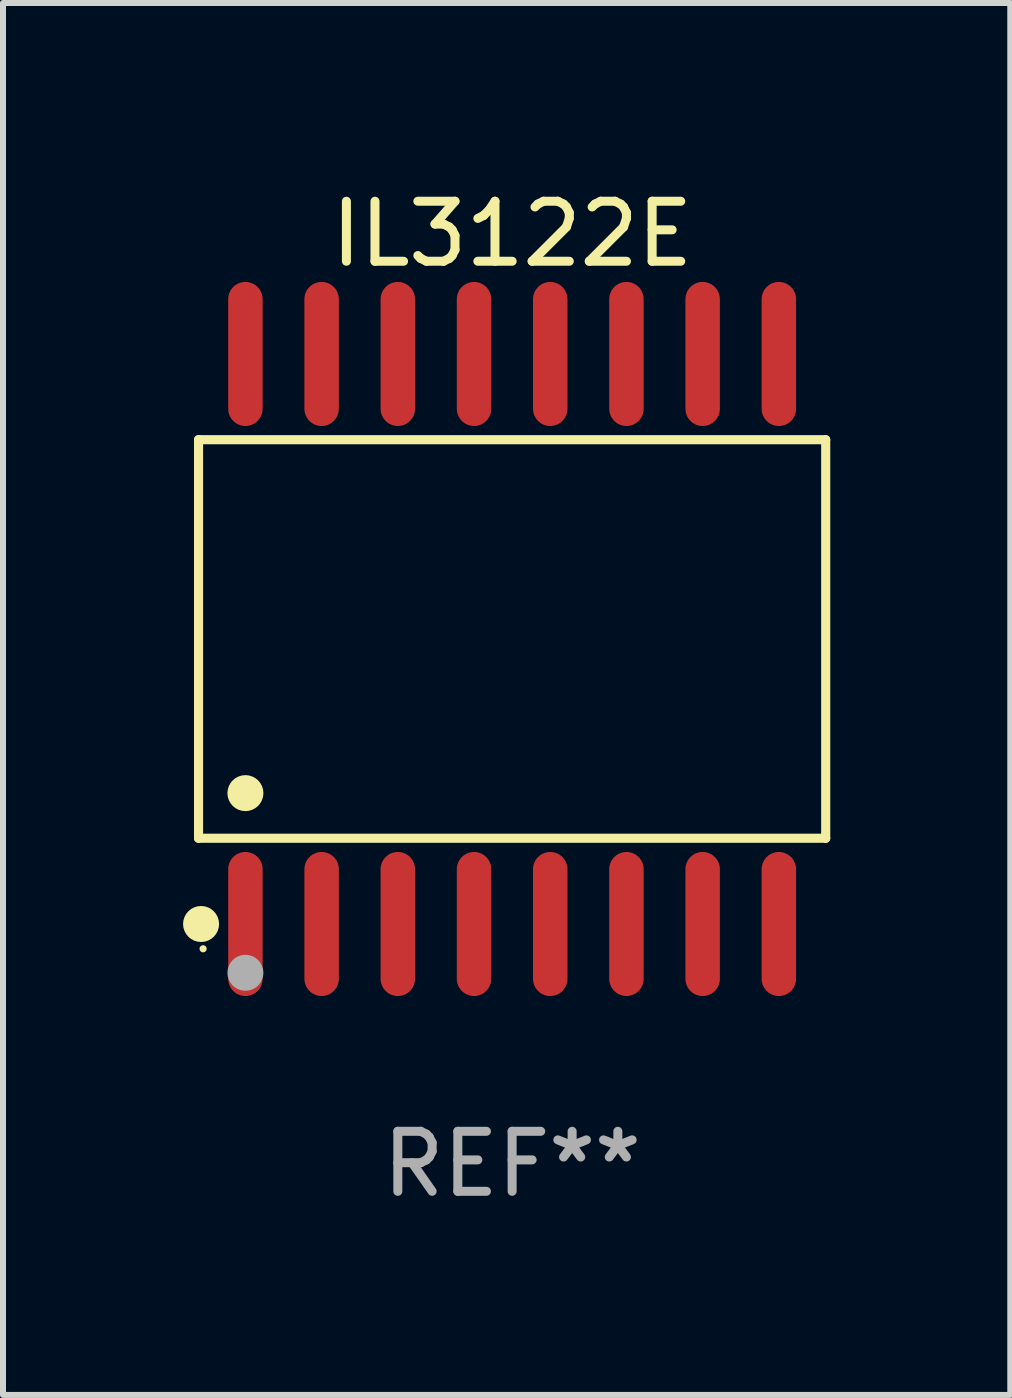
<source format=kicad_pcb>
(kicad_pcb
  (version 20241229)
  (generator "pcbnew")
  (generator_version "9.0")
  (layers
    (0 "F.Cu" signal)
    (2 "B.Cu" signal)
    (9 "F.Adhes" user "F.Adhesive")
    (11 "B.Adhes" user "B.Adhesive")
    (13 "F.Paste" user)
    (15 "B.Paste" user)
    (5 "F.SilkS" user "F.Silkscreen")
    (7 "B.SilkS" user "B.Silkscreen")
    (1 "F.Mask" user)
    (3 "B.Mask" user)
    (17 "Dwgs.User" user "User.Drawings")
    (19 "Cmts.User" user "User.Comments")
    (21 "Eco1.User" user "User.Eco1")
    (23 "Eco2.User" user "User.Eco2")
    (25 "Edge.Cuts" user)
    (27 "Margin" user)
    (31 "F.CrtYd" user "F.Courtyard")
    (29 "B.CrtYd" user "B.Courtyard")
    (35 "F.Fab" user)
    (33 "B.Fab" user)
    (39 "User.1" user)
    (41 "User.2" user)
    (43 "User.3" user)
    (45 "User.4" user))
  (footprint "IL3122E"
    (layer "F.Cu")
    (at 5.485 7.599)
    (property "Reference" "IL3122E" (at 0 -6.75 0) (layer "F.SilkS") (effects (font (size 1 1) (thickness 0.15))))
    (attr through_hole)
    (fp_line (start -5.226 -3.321) (end 5.226 -3.321) (stroke (width 0.152) (type solid)) (layer "F.SilkS"))
    (fp_line (start -5.226 3.321) (end -5.226 -3.321) (stroke (width 0.152) (type solid)) (layer "F.SilkS"))
    (fp_line (start 5.226 -3.321) (end 5.226 3.321) (stroke (width 0.152) (type solid)) (layer "F.SilkS"))
    (fp_line (start 5.226 3.321) (end -5.226 3.321) (stroke (width 0.152) (type solid)) (layer "F.SilkS"))
    (fp_circle (center -5.184 4.75) (end -5.034 4.75) (stroke (width 0.3) (type solid)) (fill no) (layer "F.SilkS"))
    (fp_circle (center -5.15 5.163) (end -5.12 5.163) (stroke (width 0.06) (type solid)) (fill no) (layer "F.SilkS"))
    (fp_circle (center -4.445 2.569) (end -4.295 2.569) (stroke (width 0.3) (type solid)) (fill no) (layer "F.SilkS"))
    (fp_circle (center -4.445 5.563) (end -4.295 5.563) (stroke (width 0.3) (type solid)) (fill no) (layer "F.Fab"))
    (fp_text user "REF**" (at 0 8.75 0) (layer "F.Fab") (effects (font (size 1 1) (thickness 0.15))))
    (pad "1" smd oval (at -4.445 4.75) (size 0.574 2.401) (layers "F.Cu" "F.Mask" "F.Paste"))
    (pad "2" smd oval (at -3.175 4.75) (size 0.574 2.401) (layers "F.Cu" "F.Mask" "F.Paste"))
    (pad "3" smd oval (at -1.905 4.75) (size 0.574 2.401) (layers "F.Cu" "F.Mask" "F.Paste"))
    (pad "4" smd oval (at -0.635 4.75) (size 0.574 2.401) (layers "F.Cu" "F.Mask" "F.Paste"))
    (pad "5" smd oval (at 0.635 4.75) (size 0.574 2.401) (layers "F.Cu" "F.Mask" "F.Paste"))
    (pad "6" smd oval (at 1.905 4.75) (size 0.574 2.401) (layers "F.Cu" "F.Mask" "F.Paste"))
    (pad "7" smd oval (at 3.175 4.75) (size 0.574 2.401) (layers "F.Cu" "F.Mask" "F.Paste"))
    (pad "8" smd oval (at 4.445 4.75) (size 0.574 2.401) (layers "F.Cu" "F.Mask" "F.Paste"))
    (pad "9" smd oval (at 4.445 -4.75) (size 0.574 2.401) (layers "F.Cu" "F.Mask" "F.Paste"))
    (pad "10" smd oval (at 3.175 -4.75) (size 0.574 2.401) (layers "F.Cu" "F.Mask" "F.Paste"))
    (pad "11" smd oval (at 1.905 -4.75) (size 0.574 2.401) (layers "F.Cu" "F.Mask" "F.Paste"))
    (pad "12" smd oval (at 0.635 -4.75) (size 0.574 2.401) (layers "F.Cu" "F.Mask" "F.Paste"))
    (pad "13" smd oval (at -0.635 -4.75) (size 0.574 2.401) (layers "F.Cu" "F.Mask" "F.Paste"))
    (pad "14" smd oval (at -1.905 -4.75) (size 0.574 2.401) (layers "F.Cu" "F.Mask" "F.Paste"))
    (pad "15" smd oval (at -3.175 -4.75) (size 0.574 2.401) (layers "F.Cu" "F.Mask" "F.Paste"))
    (pad "16" smd oval (at -4.445 -4.75) (size 0.574 2.401) (layers "F.Cu" "F.Mask" "F.Paste")))
  (gr_rect
    (start -3 -3)
    (end 13.787 20.197)
    (stroke (width 0.1) (type default))
    (fill no)
    (layer "Edge.Cuts")))
</source>
